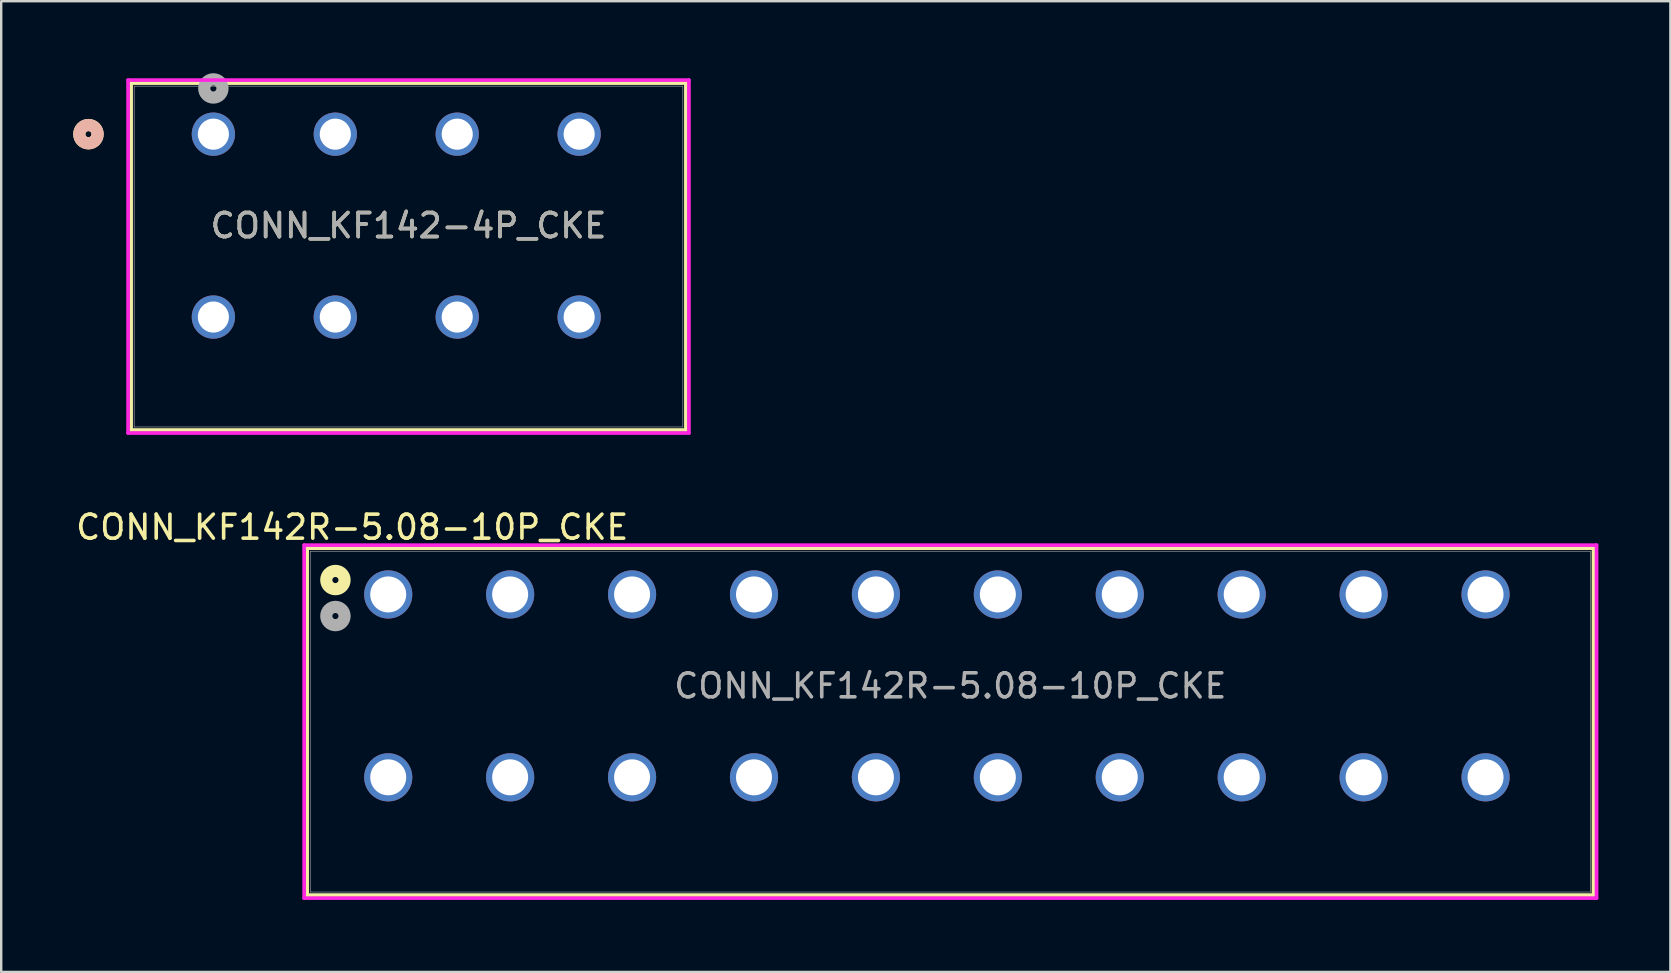
<source format=kicad_pcb>
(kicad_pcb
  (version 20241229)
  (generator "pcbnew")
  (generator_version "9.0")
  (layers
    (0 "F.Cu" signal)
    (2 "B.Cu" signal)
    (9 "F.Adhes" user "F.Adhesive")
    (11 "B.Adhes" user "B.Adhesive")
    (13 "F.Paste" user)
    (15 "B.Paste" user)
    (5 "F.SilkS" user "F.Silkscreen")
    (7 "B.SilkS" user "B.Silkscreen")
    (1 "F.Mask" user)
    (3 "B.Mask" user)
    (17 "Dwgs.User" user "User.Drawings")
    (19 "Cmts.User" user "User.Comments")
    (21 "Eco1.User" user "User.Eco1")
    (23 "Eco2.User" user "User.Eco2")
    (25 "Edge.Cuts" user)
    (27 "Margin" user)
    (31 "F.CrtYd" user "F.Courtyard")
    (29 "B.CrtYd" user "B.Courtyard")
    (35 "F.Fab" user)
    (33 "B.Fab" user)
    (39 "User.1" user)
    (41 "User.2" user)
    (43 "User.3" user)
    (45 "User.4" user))
  (footprint "CONN_KF142R-5.08-10P_CKE"
    (layer "F.Cu")
    (at 13.125 21.717)
    (property "Reference" "CONN_KF142R-5.08-10P_CKE" (at -1.5 -2.8 0) (unlocked yes) (layer "F.SilkS") (effects (font (size 1 1) (thickness 0.15))))
    (attr through_hole)
    (fp_line (start -3.377 -1.927) (end -3.377 12.526) (stroke (width 0.152) (type solid)) (layer "F.SilkS"))
    (fp_line (start -3.377 12.526) (end 50.217 12.526) (stroke (width 0.152) (type solid)) (layer "F.SilkS"))
    (fp_line (start 50.217 -1.927) (end -3.377 -1.927) (stroke (width 0.152) (type solid)) (layer "F.SilkS"))
    (fp_line (start 50.217 12.526) (end 50.217 -1.927) (stroke (width 0.152) (type solid)) (layer "F.SilkS"))
    (fp_circle (center -2.2 -0.6) (end -1.819 -0.6) (stroke (width 0.508) (type solid)) (fill no) (layer "F.SilkS"))
    (fp_line (start -3.504 -2.054) (end -3.504 12.653) (stroke (width 0.152) (type solid)) (layer "F.CrtYd"))
    (fp_line (start -3.504 12.653) (end 50.344 12.653) (stroke (width 0.152) (type solid)) (layer "F.CrtYd"))
    (fp_line (start 50.344 -2.054) (end -3.504 -2.054) (stroke (width 0.152) (type solid)) (layer "F.CrtYd"))
    (fp_line (start 50.344 12.653) (end 50.344 -2.054) (stroke (width 0.152) (type solid)) (layer "F.CrtYd"))
    (fp_line (start -3.25 -1.8) (end -3.25 12.399) (stroke (width 0.025) (type solid)) (layer "F.Fab"))
    (fp_line (start -3.25 12.399) (end 50.09 12.399) (stroke (width 0.025) (type solid)) (layer "F.Fab"))
    (fp_line (start 50.09 -1.8) (end -3.25 -1.8) (stroke (width 0.025) (type solid)) (layer "F.Fab"))
    (fp_line (start 50.09 12.399) (end 50.09 -1.8) (stroke (width 0.025) (type solid)) (layer "F.Fab"))
    (fp_circle (center -2.2 0.9) (end -1.819 0.9) (stroke (width 0.508) (type solid)) (fill no) (layer "F.Fab"))
    (fp_text user "${REFERENCE}" (at 23.42 3.81 0) (unlocked yes) (layer "F.Fab") (effects (font (size 1 1) (thickness 0.15))))
    (pad "1" thru_hole circle (at 0 0) (size 2.007 2.007) (drill 1.499) (layers "*.Cu" "*.Mask"))
    (pad "2" thru_hole circle (at 0 7.62) (size 2.007 2.007) (drill 1.499) (layers "*.Cu" "*.Mask"))
    (pad "3" thru_hole circle (at 5.08 0) (size 2.007 2.007) (drill 1.499) (layers "*.Cu" "*.Mask"))
    (pad "4" thru_hole circle (at 5.08 7.62) (size 2.007 2.007) (drill 1.499) (layers "*.Cu" "*.Mask"))
    (pad "5" thru_hole circle (at 10.16 0) (size 2.007 2.007) (drill 1.499) (layers "*.Cu" "*.Mask"))
    (pad "6" thru_hole circle (at 10.16 7.62) (size 2.007 2.007) (drill 1.499) (layers "*.Cu" "*.Mask"))
    (pad "7" thru_hole circle (at 15.24 0) (size 2.007 2.007) (drill 1.499) (layers "*.Cu" "*.Mask"))
    (pad "8" thru_hole circle (at 15.24 7.62) (size 2.007 2.007) (drill 1.499) (layers "*.Cu" "*.Mask"))
    (pad "9" thru_hole circle (at 20.32 0) (size 2.007 2.007) (drill 1.499) (layers "*.Cu" "*.Mask"))
    (pad "10" thru_hole circle (at 20.32 7.62) (size 2.007 2.007) (drill 1.499) (layers "*.Cu" "*.Mask"))
    (pad "11" thru_hole circle (at 25.4 0) (size 2.007 2.007) (drill 1.499) (layers "*.Cu" "*.Mask"))
    (pad "12" thru_hole circle (at 25.4 7.62) (size 2.007 2.007) (drill 1.499) (layers "*.Cu" "*.Mask"))
    (pad "13" thru_hole circle (at 30.48 0) (size 2.007 2.007) (drill 1.499) (layers "*.Cu" "*.Mask"))
    (pad "14" thru_hole circle (at 30.48 7.62) (size 2.007 2.007) (drill 1.499) (layers "*.Cu" "*.Mask"))
    (pad "15" thru_hole circle (at 35.56 0) (size 2.007 2.007) (drill 1.499) (layers "*.Cu" "*.Mask"))
    (pad "16" thru_hole circle (at 35.56 7.62) (size 2.007 2.007) (drill 1.499) (layers "*.Cu" "*.Mask"))
    (pad "17" thru_hole circle (at 40.64 0) (size 2.007 2.007) (drill 1.499) (layers "*.Cu" "*.Mask"))
    (pad "18" thru_hole circle (at 40.64 7.62) (size 2.007 2.007) (drill 1.499) (layers "*.Cu" "*.Mask"))
    (pad "19" thru_hole circle (at 45.72 0) (size 2.007 2.007) (drill 1.499) (layers "*.Cu" "*.Mask"))
    (pad "20" thru_hole circle (at 45.72 7.62) (size 2.007 2.007) (drill 1.499) (layers "*.Cu" "*.Mask")))
  (footprint "CONN_KF142-4P_CKE"
    (layer "F.Cu")
    (at 5.84 2.54)
    (property "Reference" "CONN_KF142-4P_CKE" (at 8.13 3.81 0) (unlocked yes) (layer "F.SilkS") (effects (font (size 1 1) (thickness 0.15))))
    (attr through_hole)
    (fp_line (start -3.427 -2.127) (end -3.427 12.326) (stroke (width 0.152) (type solid)) (layer "F.SilkS"))
    (fp_line (start -3.427 12.326) (end 19.687 12.326) (stroke (width 0.152) (type solid)) (layer "F.SilkS"))
    (fp_line (start 19.687 -2.127) (end -3.427 -2.127) (stroke (width 0.152) (type solid)) (layer "F.SilkS"))
    (fp_line (start 19.687 12.326) (end 19.687 -2.127) (stroke (width 0.152) (type solid)) (layer "F.SilkS"))
    (fp_circle (center -5.205 0) (end -4.824 0) (stroke (width 0.508) (type solid)) (fill no) (layer "F.SilkS"))
    (fp_circle (center -5.205 0) (end -4.824 0) (stroke (width 0.508) (type solid)) (fill no) (layer "B.SilkS"))
    (fp_line (start -3.554 -2.254) (end -3.554 12.453) (stroke (width 0.152) (type solid)) (layer "F.CrtYd"))
    (fp_line (start -3.554 12.453) (end 19.814 12.453) (stroke (width 0.152) (type solid)) (layer "F.CrtYd"))
    (fp_line (start 19.814 -2.254) (end -3.554 -2.254) (stroke (width 0.152) (type solid)) (layer "F.CrtYd"))
    (fp_line (start 19.814 12.453) (end 19.814 -2.254) (stroke (width 0.152) (type solid)) (layer "F.CrtYd"))
    (fp_line (start -3.3 -2) (end -3.3 12.199) (stroke (width 0.025) (type solid)) (layer "F.Fab"))
    (fp_line (start -3.3 12.199) (end 19.56 12.199) (stroke (width 0.025) (type solid)) (layer "F.Fab"))
    (fp_line (start 19.56 -2) (end -3.3 -2) (stroke (width 0.025) (type solid)) (layer "F.Fab"))
    (fp_line (start 19.56 12.199) (end 19.56 -2) (stroke (width 0.025) (type solid)) (layer "F.Fab"))
    (fp_circle (center 0 -1.905) (end 0.381 -1.905) (stroke (width 0.508) (type solid)) (fill no) (layer "F.Fab"))
    (fp_text user "${REFERENCE}" (at 8.13 3.81 0) (unlocked yes) (layer "F.Fab") (effects (font (size 1 1) (thickness 0.15))))
    (pad "1" thru_hole circle (at 0 0) (size 1.803 1.803) (drill 1.295) (layers "*.Cu" "*.Mask"))
    (pad "2" thru_hole circle (at 0 7.62) (size 1.803 1.803) (drill 1.295) (layers "*.Cu" "*.Mask"))
    (pad "3" thru_hole circle (at 5.08 0) (size 1.803 1.803) (drill 1.295) (layers "*.Cu" "*.Mask"))
    (pad "4" thru_hole circle (at 5.08 7.62) (size 1.803 1.803) (drill 1.295) (layers "*.Cu" "*.Mask"))
    (pad "5" thru_hole circle (at 10.16 0) (size 1.803 1.803) (drill 1.295) (layers "*.Cu" "*.Mask"))
    (pad "6" thru_hole circle (at 10.16 7.62) (size 1.803 1.803) (drill 1.295) (layers "*.Cu" "*.Mask"))
    (pad "7" thru_hole circle (at 15.24 0) (size 1.803 1.803) (drill 1.295) (layers "*.Cu" "*.Mask"))
    (pad "8" thru_hole circle (at 15.24 7.62) (size 1.803 1.803) (drill 1.295) (layers "*.Cu" "*.Mask")))
  (gr_rect
    (start -3 -3)
    (end 66.545 37.446)
    (stroke (width 0.1) (type default))
    (fill no)
    (layer "Edge.Cuts")))
</source>
